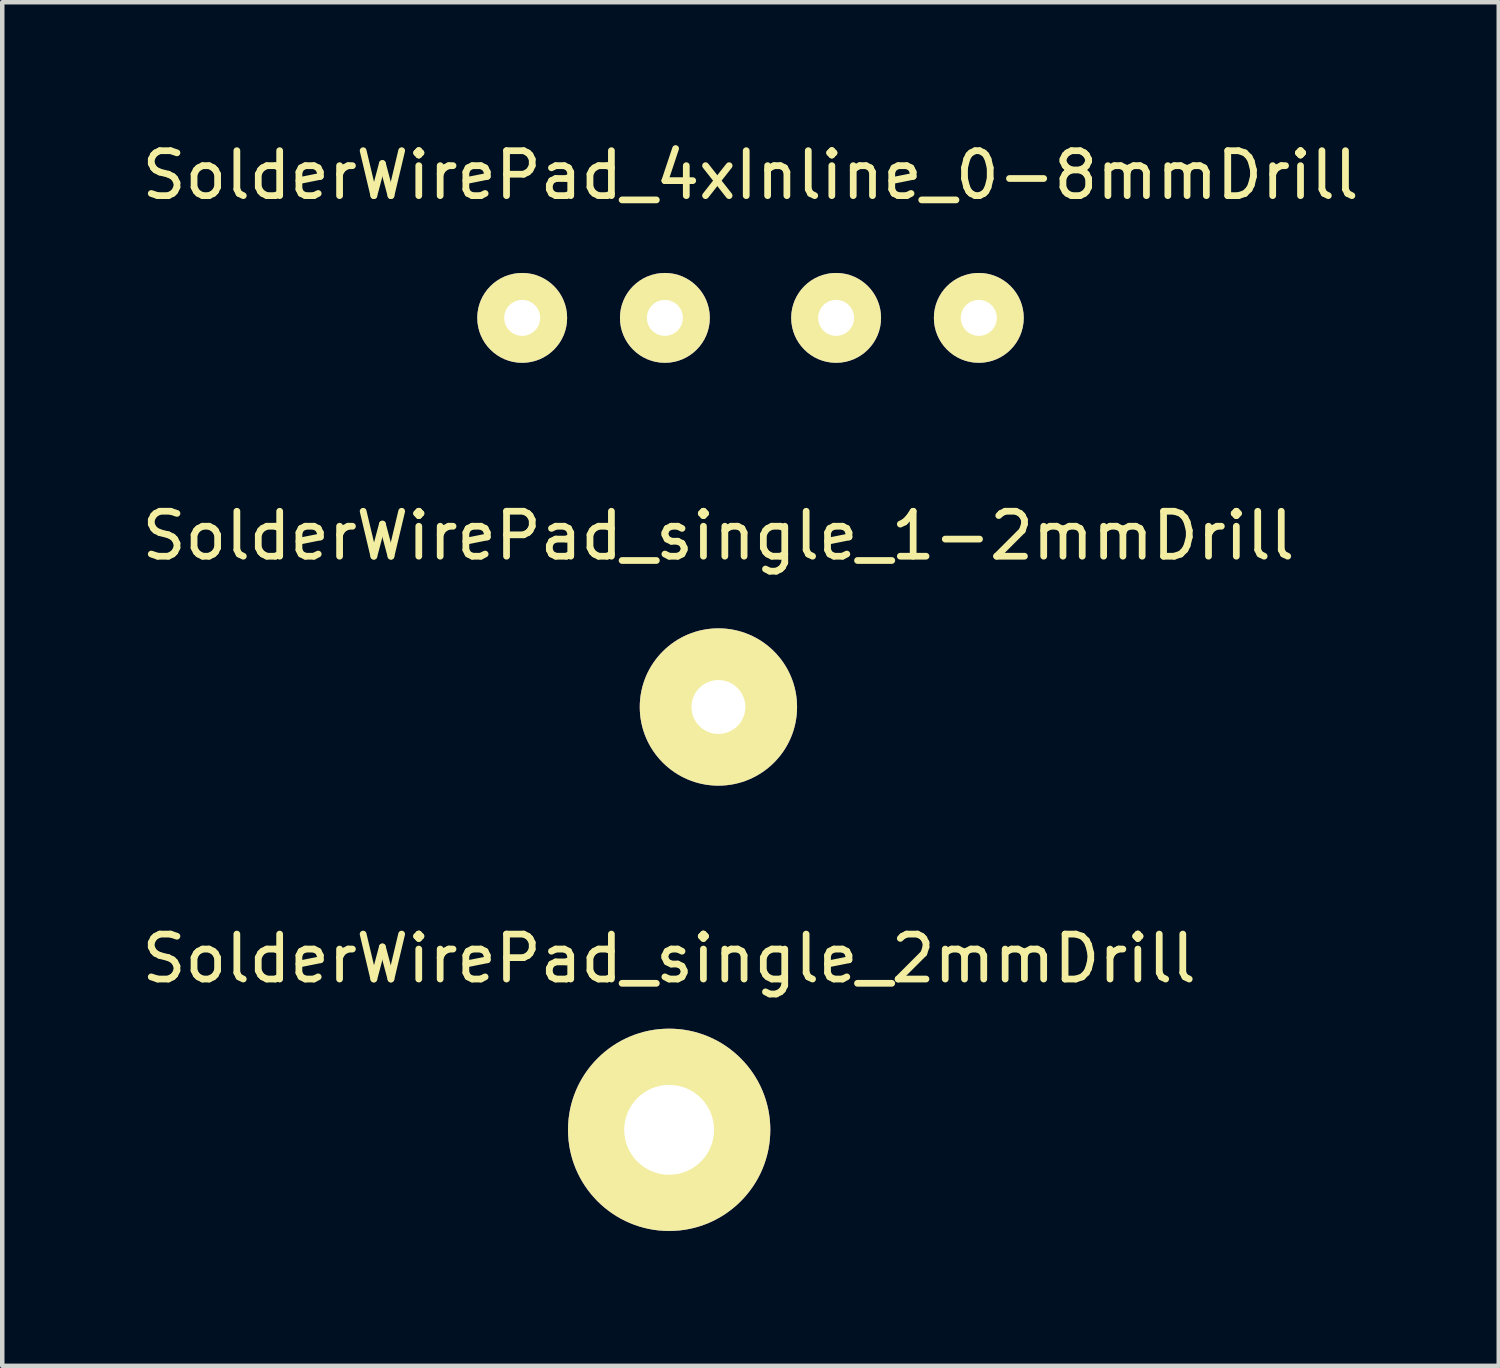
<source format=kicad_pcb>
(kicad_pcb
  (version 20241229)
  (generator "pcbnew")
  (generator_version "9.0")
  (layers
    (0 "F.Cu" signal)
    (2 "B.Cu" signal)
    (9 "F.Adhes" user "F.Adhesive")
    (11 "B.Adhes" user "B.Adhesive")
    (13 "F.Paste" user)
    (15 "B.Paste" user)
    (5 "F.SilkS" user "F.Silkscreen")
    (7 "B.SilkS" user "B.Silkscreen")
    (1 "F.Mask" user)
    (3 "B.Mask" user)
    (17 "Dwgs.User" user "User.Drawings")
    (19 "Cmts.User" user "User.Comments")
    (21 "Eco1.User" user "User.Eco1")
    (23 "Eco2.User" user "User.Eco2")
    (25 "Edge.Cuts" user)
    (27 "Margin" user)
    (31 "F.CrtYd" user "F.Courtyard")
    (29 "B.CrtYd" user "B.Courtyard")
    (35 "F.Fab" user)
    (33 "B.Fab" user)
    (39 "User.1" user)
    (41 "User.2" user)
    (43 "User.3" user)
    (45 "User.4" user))
  (footprint "SolderWirePad_single_2mmDrill"
    (layer "F.Cu")
    (at 11.839 22.089)
    (property "Reference" "SolderWirePad_single_2mmDrill" (at 0 -3.81 0) (layer "F.SilkS") (effects (font (size 1 1) (thickness 0.15))))
    (attr through_hole)
    (pad "1" thru_hole circle (at 0 0) (size 4.501 4.501) (drill 1.999) (layers "*.Cu" "*.Mask" "F.SilkS")))
  (footprint "SolderWirePad_4xInline_0-8mmDrill"
    (layer "F.Cu")
    (at 13.649 4.023)
    (property "Reference" "SolderWirePad_4xInline_0-8mmDrill" (at 0 -3.175 0) (layer "F.SilkS") (effects (font (size 1 1) (thickness 0.15))))
    (attr through_hole)
    (pad "1" thru_hole circle (at -5.08 0) (size 1.999 1.999) (drill 0.8) (layers "*.Cu" "*.Mask" "F.SilkS"))
    (pad "1" thru_hole circle (at -1.905 0) (size 1.999 1.999) (drill 0.8) (layers "*.Cu" "*.Mask" "F.SilkS"))
    (pad "1" thru_hole circle (at 1.905 0) (size 1.999 1.999) (drill 0.8) (layers "*.Cu" "*.Mask" "F.SilkS"))
    (pad "1" thru_hole circle (at 5.08 0) (size 1.999 1.999) (drill 0.8) (layers "*.Cu" "*.Mask" "F.SilkS")))
  (footprint "SolderWirePad_single_1-2mmDrill"
    (layer "F.Cu")
    (at 12.935 12.681)
    (property "Reference" "SolderWirePad_single_1-2mmDrill" (at 0 -3.81 0) (layer "F.SilkS") (effects (font (size 1 1) (thickness 0.15))))
    (attr through_hole)
    (pad "1" thru_hole circle (at 0 0) (size 3.5 3.5) (drill 1.199) (layers "*.Cu" "*.Mask" "F.SilkS")))
  (gr_rect
    (start -3 -3)
    (end 30.298 27.34)
    (stroke (width 0.1) (type default))
    (fill no)
    (layer "Edge.Cuts")))
</source>
